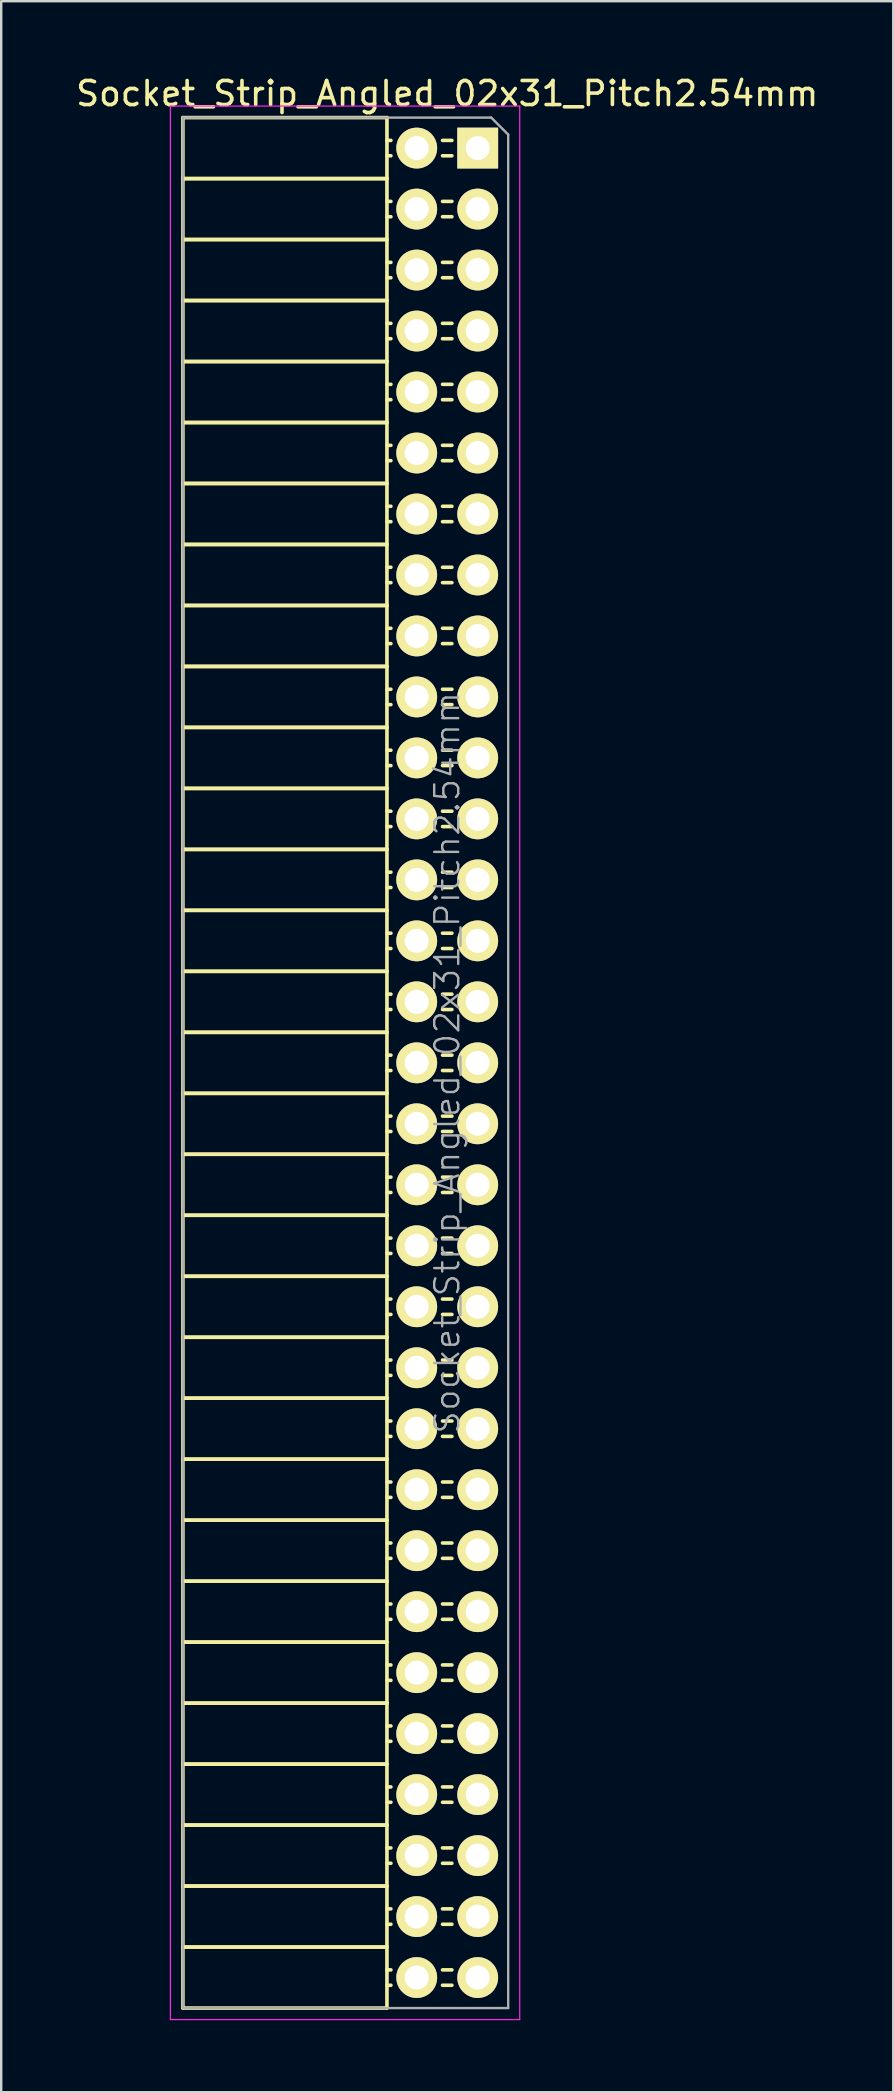
<source format=kicad_pcb>
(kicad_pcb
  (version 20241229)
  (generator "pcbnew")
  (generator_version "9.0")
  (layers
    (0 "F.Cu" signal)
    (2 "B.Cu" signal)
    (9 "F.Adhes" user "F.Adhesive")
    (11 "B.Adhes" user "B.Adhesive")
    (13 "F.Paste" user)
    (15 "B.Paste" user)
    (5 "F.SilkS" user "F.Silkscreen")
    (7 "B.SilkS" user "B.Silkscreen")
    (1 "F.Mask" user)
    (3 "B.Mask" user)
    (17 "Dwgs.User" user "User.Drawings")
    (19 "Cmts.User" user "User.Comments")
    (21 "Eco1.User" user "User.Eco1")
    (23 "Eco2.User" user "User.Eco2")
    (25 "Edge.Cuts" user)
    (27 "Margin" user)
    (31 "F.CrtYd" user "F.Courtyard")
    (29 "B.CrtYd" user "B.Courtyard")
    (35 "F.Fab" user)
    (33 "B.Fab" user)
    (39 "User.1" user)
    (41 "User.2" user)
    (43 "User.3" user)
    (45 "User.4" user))
  (footprint "Socket_Strip_Angled_02x31_Pitch2.54mm"
    (layer "F.Cu")
    (at 16.847 3.118)
    (property "Reference" "Socket_Strip_Angled_02x31_Pitch2.54mm" (at -1.27 -2.27 0) (layer "F.SilkS") (effects (font (size 1 1) (thickness 0.15))))
    (attr smd)
    (fp_line (start -12.28 -1.27) (end -12.28 1.27) (stroke (width 0.15) (type solid)) (layer "F.SilkS"))
    (fp_line (start -12.28 -1.27) (end -3.78 -1.27) (stroke (width 0.15) (type solid)) (layer "F.SilkS"))
    (fp_line (start -12.28 1.27) (end -12.28 3.81) (stroke (width 0.15) (type solid)) (layer "F.SilkS"))
    (fp_line (start -12.28 1.27) (end -3.78 1.27) (stroke (width 0.15) (type solid)) (layer "F.SilkS"))
    (fp_line (start -12.28 1.27) (end -3.78 1.27) (stroke (width 0.15) (type solid)) (layer "F.SilkS"))
    (fp_line (start -12.28 3.81) (end -12.28 6.35) (stroke (width 0.15) (type solid)) (layer "F.SilkS"))
    (fp_line (start -12.28 3.81) (end -3.78 3.81) (stroke (width 0.15) (type solid)) (layer "F.SilkS"))
    (fp_line (start -12.28 3.81) (end -3.78 3.81) (stroke (width 0.15) (type solid)) (layer "F.SilkS"))
    (fp_line (start -12.28 6.35) (end -12.28 8.89) (stroke (width 0.15) (type solid)) (layer "F.SilkS"))
    (fp_line (start -12.28 6.35) (end -3.78 6.35) (stroke (width 0.15) (type solid)) (layer "F.SilkS"))
    (fp_line (start -12.28 6.35) (end -3.78 6.35) (stroke (width 0.15) (type solid)) (layer "F.SilkS"))
    (fp_line (start -12.28 8.89) (end -12.28 11.43) (stroke (width 0.15) (type solid)) (layer "F.SilkS"))
    (fp_line (start -12.28 8.89) (end -3.78 8.89) (stroke (width 0.15) (type solid)) (layer "F.SilkS"))
    (fp_line (start -12.28 8.89) (end -3.78 8.89) (stroke (width 0.15) (type solid)) (layer "F.SilkS"))
    (fp_line (start -12.28 11.43) (end -12.28 13.97) (stroke (width 0.15) (type solid)) (layer "F.SilkS"))
    (fp_line (start -12.28 11.43) (end -3.78 11.43) (stroke (width 0.15) (type solid)) (layer "F.SilkS"))
    (fp_line (start -12.28 11.43) (end -3.78 11.43) (stroke (width 0.15) (type solid)) (layer "F.SilkS"))
    (fp_line (start -12.28 13.97) (end -12.28 16.51) (stroke (width 0.15) (type solid)) (layer "F.SilkS"))
    (fp_line (start -12.28 13.97) (end -3.78 13.97) (stroke (width 0.15) (type solid)) (layer "F.SilkS"))
    (fp_line (start -12.28 13.97) (end -3.78 13.97) (stroke (width 0.15) (type solid)) (layer "F.SilkS"))
    (fp_line (start -12.28 16.51) (end -12.28 19.05) (stroke (width 0.15) (type solid)) (layer "F.SilkS"))
    (fp_line (start -12.28 16.51) (end -3.78 16.51) (stroke (width 0.15) (type solid)) (layer "F.SilkS"))
    (fp_line (start -12.28 16.51) (end -3.78 16.51) (stroke (width 0.15) (type solid)) (layer "F.SilkS"))
    (fp_line (start -12.28 19.05) (end -12.28 21.59) (stroke (width 0.15) (type solid)) (layer "F.SilkS"))
    (fp_line (start -12.28 19.05) (end -3.78 19.05) (stroke (width 0.15) (type solid)) (layer "F.SilkS"))
    (fp_line (start -12.28 19.05) (end -3.78 19.05) (stroke (width 0.15) (type solid)) (layer "F.SilkS"))
    (fp_line (start -12.28 21.59) (end -12.28 24.13) (stroke (width 0.15) (type solid)) (layer "F.SilkS"))
    (fp_line (start -12.28 21.59) (end -3.78 21.59) (stroke (width 0.15) (type solid)) (layer "F.SilkS"))
    (fp_line (start -12.28 21.59) (end -3.78 21.59) (stroke (width 0.15) (type solid)) (layer "F.SilkS"))
    (fp_line (start -12.28 24.13) (end -12.28 26.67) (stroke (width 0.15) (type solid)) (layer "F.SilkS"))
    (fp_line (start -12.28 24.13) (end -3.78 24.13) (stroke (width 0.15) (type solid)) (layer "F.SilkS"))
    (fp_line (start -12.28 24.13) (end -3.78 24.13) (stroke (width 0.15) (type solid)) (layer "F.SilkS"))
    (fp_line (start -12.28 26.67) (end -12.28 29.21) (stroke (width 0.15) (type solid)) (layer "F.SilkS"))
    (fp_line (start -12.28 26.67) (end -3.78 26.67) (stroke (width 0.15) (type solid)) (layer "F.SilkS"))
    (fp_line (start -12.28 26.67) (end -3.78 26.67) (stroke (width 0.15) (type solid)) (layer "F.SilkS"))
    (fp_line (start -12.28 29.21) (end -12.28 31.75) (stroke (width 0.15) (type solid)) (layer "F.SilkS"))
    (fp_line (start -12.28 29.21) (end -3.78 29.21) (stroke (width 0.15) (type solid)) (layer "F.SilkS"))
    (fp_line (start -12.28 29.21) (end -3.78 29.21) (stroke (width 0.15) (type solid)) (layer "F.SilkS"))
    (fp_line (start -12.28 31.75) (end -12.28 34.29) (stroke (width 0.15) (type solid)) (layer "F.SilkS"))
    (fp_line (start -12.28 31.75) (end -3.78 31.75) (stroke (width 0.15) (type solid)) (layer "F.SilkS"))
    (fp_line (start -12.28 31.75) (end -3.78 31.75) (stroke (width 0.15) (type solid)) (layer "F.SilkS"))
    (fp_line (start -12.28 34.29) (end -12.28 36.83) (stroke (width 0.15) (type solid)) (layer "F.SilkS"))
    (fp_line (start -12.28 34.29) (end -3.78 34.29) (stroke (width 0.15) (type solid)) (layer "F.SilkS"))
    (fp_line (start -12.28 34.29) (end -3.78 34.29) (stroke (width 0.15) (type solid)) (layer "F.SilkS"))
    (fp_line (start -12.28 36.83) (end -12.28 39.37) (stroke (width 0.15) (type solid)) (layer "F.SilkS"))
    (fp_line (start -12.28 36.83) (end -3.78 36.83) (stroke (width 0.15) (type solid)) (layer "F.SilkS"))
    (fp_line (start -12.28 36.83) (end -3.78 36.83) (stroke (width 0.15) (type solid)) (layer "F.SilkS"))
    (fp_line (start -12.28 39.37) (end -12.28 41.91) (stroke (width 0.15) (type solid)) (layer "F.SilkS"))
    (fp_line (start -12.28 39.37) (end -3.78 39.37) (stroke (width 0.15) (type solid)) (layer "F.SilkS"))
    (fp_line (start -12.28 39.37) (end -3.78 39.37) (stroke (width 0.15) (type solid)) (layer "F.SilkS"))
    (fp_line (start -12.28 41.91) (end -12.28 44.45) (stroke (width 0.15) (type solid)) (layer "F.SilkS"))
    (fp_line (start -12.28 41.91) (end -3.78 41.91) (stroke (width 0.15) (type solid)) (layer "F.SilkS"))
    (fp_line (start -12.28 41.91) (end -3.78 41.91) (stroke (width 0.15) (type solid)) (layer "F.SilkS"))
    (fp_line (start -12.28 44.45) (end -12.28 46.99) (stroke (width 0.15) (type solid)) (layer "F.SilkS"))
    (fp_line (start -12.28 44.45) (end -3.78 44.45) (stroke (width 0.15) (type solid)) (layer "F.SilkS"))
    (fp_line (start -12.28 44.45) (end -3.78 44.45) (stroke (width 0.15) (type solid)) (layer "F.SilkS"))
    (fp_line (start -12.28 46.99) (end -12.28 49.53) (stroke (width 0.15) (type solid)) (layer "F.SilkS"))
    (fp_line (start -12.28 46.99) (end -3.78 46.99) (stroke (width 0.15) (type solid)) (layer "F.SilkS"))
    (fp_line (start -12.28 46.99) (end -3.78 46.99) (stroke (width 0.15) (type solid)) (layer "F.SilkS"))
    (fp_line (start -12.28 49.53) (end -12.28 52.07) (stroke (width 0.15) (type solid)) (layer "F.SilkS"))
    (fp_line (start -12.28 49.53) (end -3.78 49.53) (stroke (width 0.15) (type solid)) (layer "F.SilkS"))
    (fp_line (start -12.28 49.53) (end -3.78 49.53) (stroke (width 0.15) (type solid)) (layer "F.SilkS"))
    (fp_line (start -12.28 52.07) (end -12.28 54.61) (stroke (width 0.15) (type solid)) (layer "F.SilkS"))
    (fp_line (start -12.28 52.07) (end -3.78 52.07) (stroke (width 0.15) (type solid)) (layer "F.SilkS"))
    (fp_line (start -12.28 52.07) (end -3.78 52.07) (stroke (width 0.15) (type solid)) (layer "F.SilkS"))
    (fp_line (start -12.28 54.61) (end -12.28 57.15) (stroke (width 0.15) (type solid)) (layer "F.SilkS"))
    (fp_line (start -12.28 54.61) (end -3.78 54.61) (stroke (width 0.15) (type solid)) (layer "F.SilkS"))
    (fp_line (start -12.28 54.61) (end -3.78 54.61) (stroke (width 0.15) (type solid)) (layer "F.SilkS"))
    (fp_line (start -12.28 57.15) (end -12.28 59.69) (stroke (width 0.15) (type solid)) (layer "F.SilkS"))
    (fp_line (start -12.28 57.15) (end -3.78 57.15) (stroke (width 0.15) (type solid)) (layer "F.SilkS"))
    (fp_line (start -12.28 57.15) (end -3.78 57.15) (stroke (width 0.15) (type solid)) (layer "F.SilkS"))
    (fp_line (start -12.28 59.69) (end -12.28 62.23) (stroke (width 0.15) (type solid)) (layer "F.SilkS"))
    (fp_line (start -12.28 59.69) (end -3.78 59.69) (stroke (width 0.15) (type solid)) (layer "F.SilkS"))
    (fp_line (start -12.28 59.69) (end -3.78 59.69) (stroke (width 0.15) (type solid)) (layer "F.SilkS"))
    (fp_line (start -12.28 62.23) (end -12.28 64.77) (stroke (width 0.15) (type solid)) (layer "F.SilkS"))
    (fp_line (start -12.28 62.23) (end -3.78 62.23) (stroke (width 0.15) (type solid)) (layer "F.SilkS"))
    (fp_line (start -12.28 62.23) (end -3.78 62.23) (stroke (width 0.15) (type solid)) (layer "F.SilkS"))
    (fp_line (start -12.28 64.77) (end -12.28 67.31) (stroke (width 0.15) (type solid)) (layer "F.SilkS"))
    (fp_line (start -12.28 64.77) (end -3.78 64.77) (stroke (width 0.15) (type solid)) (layer "F.SilkS"))
    (fp_line (start -12.28 64.77) (end -3.78 64.77) (stroke (width 0.15) (type solid)) (layer "F.SilkS"))
    (fp_line (start -12.28 67.31) (end -12.28 69.85) (stroke (width 0.15) (type solid)) (layer "F.SilkS"))
    (fp_line (start -12.28 67.31) (end -3.78 67.31) (stroke (width 0.15) (type solid)) (layer "F.SilkS"))
    (fp_line (start -12.28 67.31) (end -3.78 67.31) (stroke (width 0.15) (type solid)) (layer "F.SilkS"))
    (fp_line (start -12.28 69.85) (end -12.28 72.39) (stroke (width 0.15) (type solid)) (layer "F.SilkS"))
    (fp_line (start -12.28 69.85) (end -3.78 69.85) (stroke (width 0.15) (type solid)) (layer "F.SilkS"))
    (fp_line (start -12.28 69.85) (end -3.78 69.85) (stroke (width 0.15) (type solid)) (layer "F.SilkS"))
    (fp_line (start -12.28 72.39) (end -12.28 74.93) (stroke (width 0.15) (type solid)) (layer "F.SilkS"))
    (fp_line (start -12.28 72.39) (end -3.78 72.39) (stroke (width 0.15) (type solid)) (layer "F.SilkS"))
    (fp_line (start -12.28 72.39) (end -3.78 72.39) (stroke (width 0.15) (type solid)) (layer "F.SilkS"))
    (fp_line (start -12.28 74.93) (end -12.28 77.47) (stroke (width 0.15) (type solid)) (layer "F.SilkS"))
    (fp_line (start -12.28 74.93) (end -3.78 74.93) (stroke (width 0.15) (type solid)) (layer "F.SilkS"))
    (fp_line (start -12.28 74.93) (end -3.78 74.93) (stroke (width 0.15) (type solid)) (layer "F.SilkS"))
    (fp_line (start -12.28 77.47) (end -3.78 77.47) (stroke (width 0.15) (type solid)) (layer "F.SilkS"))
    (fp_line (start -3.78 -1.27) (end -3.78 1.27) (stroke (width 0.15) (type solid)) (layer "F.SilkS"))
    (fp_line (start -3.78 -0.32) (end -3.615 -0.32) (stroke (width 0.15) (type solid)) (layer "F.SilkS"))
    (fp_line (start -3.78 0.32) (end -3.615 0.32) (stroke (width 0.15) (type solid)) (layer "F.SilkS"))
    (fp_line (start -3.78 1.27) (end -3.78 3.81) (stroke (width 0.15) (type solid)) (layer "F.SilkS"))
    (fp_line (start -3.78 2.22) (end -3.615 2.22) (stroke (width 0.15) (type solid)) (layer "F.SilkS"))
    (fp_line (start -3.78 2.86) (end -3.615 2.86) (stroke (width 0.15) (type solid)) (layer "F.SilkS"))
    (fp_line (start -3.78 3.81) (end -3.78 6.35) (stroke (width 0.15) (type solid)) (layer "F.SilkS"))
    (fp_line (start -3.78 4.76) (end -3.615 4.76) (stroke (width 0.15) (type solid)) (layer "F.SilkS"))
    (fp_line (start -3.78 5.4) (end -3.615 5.4) (stroke (width 0.15) (type solid)) (layer "F.SilkS"))
    (fp_line (start -3.78 6.35) (end -3.78 8.89) (stroke (width 0.15) (type solid)) (layer "F.SilkS"))
    (fp_line (start -3.78 7.3) (end -3.615 7.3) (stroke (width 0.15) (type solid)) (layer "F.SilkS"))
    (fp_line (start -3.78 7.94) (end -3.615 7.94) (stroke (width 0.15) (type solid)) (layer "F.SilkS"))
    (fp_line (start -3.78 8.89) (end -3.78 11.43) (stroke (width 0.15) (type solid)) (layer "F.SilkS"))
    (fp_line (start -3.78 9.84) (end -3.615 9.84) (stroke (width 0.15) (type solid)) (layer "F.SilkS"))
    (fp_line (start -3.78 10.48) (end -3.615 10.48) (stroke (width 0.15) (type solid)) (layer "F.SilkS"))
    (fp_line (start -3.78 11.43) (end -3.78 13.97) (stroke (width 0.15) (type solid)) (layer "F.SilkS"))
    (fp_line (start -3.78 12.38) (end -3.615 12.38) (stroke (width 0.15) (type solid)) (layer "F.SilkS"))
    (fp_line (start -3.78 13.02) (end -3.615 13.02) (stroke (width 0.15) (type solid)) (layer "F.SilkS"))
    (fp_line (start -3.78 13.97) (end -3.78 16.51) (stroke (width 0.15) (type solid)) (layer "F.SilkS"))
    (fp_line (start -3.78 14.92) (end -3.615 14.92) (stroke (width 0.15) (type solid)) (layer "F.SilkS"))
    (fp_line (start -3.78 15.56) (end -3.615 15.56) (stroke (width 0.15) (type solid)) (layer "F.SilkS"))
    (fp_line (start -3.78 16.51) (end -3.78 19.05) (stroke (width 0.15) (type solid)) (layer "F.SilkS"))
    (fp_line (start -3.78 17.46) (end -3.615 17.46) (stroke (width 0.15) (type solid)) (layer "F.SilkS"))
    (fp_line (start -3.78 18.1) (end -3.615 18.1) (stroke (width 0.15) (type solid)) (layer "F.SilkS"))
    (fp_line (start -3.78 19.05) (end -3.78 21.59) (stroke (width 0.15) (type solid)) (layer "F.SilkS"))
    (fp_line (start -3.78 20) (end -3.615 20) (stroke (width 0.15) (type solid)) (layer "F.SilkS"))
    (fp_line (start -3.78 20.64) (end -3.615 20.64) (stroke (width 0.15) (type solid)) (layer "F.SilkS"))
    (fp_line (start -3.78 21.59) (end -3.78 24.13) (stroke (width 0.15) (type solid)) (layer "F.SilkS"))
    (fp_line (start -3.78 22.54) (end -3.615 22.54) (stroke (width 0.15) (type solid)) (layer "F.SilkS"))
    (fp_line (start -3.78 23.18) (end -3.615 23.18) (stroke (width 0.15) (type solid)) (layer "F.SilkS"))
    (fp_line (start -3.78 24.13) (end -3.78 26.67) (stroke (width 0.15) (type solid)) (layer "F.SilkS"))
    (fp_line (start -3.78 25.08) (end -3.615 25.08) (stroke (width 0.15) (type solid)) (layer "F.SilkS"))
    (fp_line (start -3.78 25.72) (end -3.615 25.72) (stroke (width 0.15) (type solid)) (layer "F.SilkS"))
    (fp_line (start -3.78 26.67) (end -3.78 29.21) (stroke (width 0.15) (type solid)) (layer "F.SilkS"))
    (fp_line (start -3.78 27.62) (end -3.615 27.62) (stroke (width 0.15) (type solid)) (layer "F.SilkS"))
    (fp_line (start -3.78 28.26) (end -3.615 28.26) (stroke (width 0.15) (type solid)) (layer "F.SilkS"))
    (fp_line (start -3.78 29.21) (end -3.78 31.75) (stroke (width 0.15) (type solid)) (layer "F.SilkS"))
    (fp_line (start -3.78 30.16) (end -3.615 30.16) (stroke (width 0.15) (type solid)) (layer "F.SilkS"))
    (fp_line (start -3.78 30.8) (end -3.615 30.8) (stroke (width 0.15) (type solid)) (layer "F.SilkS"))
    (fp_line (start -3.78 31.75) (end -3.78 34.29) (stroke (width 0.15) (type solid)) (layer "F.SilkS"))
    (fp_line (start -3.78 32.7) (end -3.615 32.7) (stroke (width 0.15) (type solid)) (layer "F.SilkS"))
    (fp_line (start -3.78 33.34) (end -3.615 33.34) (stroke (width 0.15) (type solid)) (layer "F.SilkS"))
    (fp_line (start -3.78 34.29) (end -3.78 36.83) (stroke (width 0.15) (type solid)) (layer "F.SilkS"))
    (fp_line (start -3.78 35.24) (end -3.615 35.24) (stroke (width 0.15) (type solid)) (layer "F.SilkS"))
    (fp_line (start -3.78 35.88) (end -3.615 35.88) (stroke (width 0.15) (type solid)) (layer "F.SilkS"))
    (fp_line (start -3.78 36.83) (end -3.78 39.37) (stroke (width 0.15) (type solid)) (layer "F.SilkS"))
    (fp_line (start -3.78 37.78) (end -3.615 37.78) (stroke (width 0.15) (type solid)) (layer "F.SilkS"))
    (fp_line (start -3.78 38.42) (end -3.615 38.42) (stroke (width 0.15) (type solid)) (layer "F.SilkS"))
    (fp_line (start -3.78 39.37) (end -3.78 41.91) (stroke (width 0.15) (type solid)) (layer "F.SilkS"))
    (fp_line (start -3.78 40.32) (end -3.615 40.32) (stroke (width 0.15) (type solid)) (layer "F.SilkS"))
    (fp_line (start -3.78 40.96) (end -3.615 40.96) (stroke (width 0.15) (type solid)) (layer "F.SilkS"))
    (fp_line (start -3.78 41.91) (end -3.78 44.45) (stroke (width 0.15) (type solid)) (layer "F.SilkS"))
    (fp_line (start -3.78 42.86) (end -3.615 42.86) (stroke (width 0.15) (type solid)) (layer "F.SilkS"))
    (fp_line (start -3.78 43.5) (end -3.615 43.5) (stroke (width 0.15) (type solid)) (layer "F.SilkS"))
    (fp_line (start -3.78 44.45) (end -3.78 46.99) (stroke (width 0.15) (type solid)) (layer "F.SilkS"))
    (fp_line (start -3.78 45.4) (end -3.615 45.4) (stroke (width 0.15) (type solid)) (layer "F.SilkS"))
    (fp_line (start -3.78 46.04) (end -3.615 46.04) (stroke (width 0.15) (type solid)) (layer "F.SilkS"))
    (fp_line (start -3.78 46.99) (end -3.78 49.53) (stroke (width 0.15) (type solid)) (layer "F.SilkS"))
    (fp_line (start -3.78 47.94) (end -3.615 47.94) (stroke (width 0.15) (type solid)) (layer "F.SilkS"))
    (fp_line (start -3.78 48.58) (end -3.615 48.58) (stroke (width 0.15) (type solid)) (layer "F.SilkS"))
    (fp_line (start -3.78 49.53) (end -3.78 52.07) (stroke (width 0.15) (type solid)) (layer "F.SilkS"))
    (fp_line (start -3.78 50.48) (end -3.615 50.48) (stroke (width 0.15) (type solid)) (layer "F.SilkS"))
    (fp_line (start -3.78 51.12) (end -3.615 51.12) (stroke (width 0.15) (type solid)) (layer "F.SilkS"))
    (fp_line (start -3.78 52.07) (end -3.78 54.61) (stroke (width 0.15) (type solid)) (layer "F.SilkS"))
    (fp_line (start -3.78 53.02) (end -3.615 53.02) (stroke (width 0.15) (type solid)) (layer "F.SilkS"))
    (fp_line (start -3.78 53.66) (end -3.615 53.66) (stroke (width 0.15) (type solid)) (layer "F.SilkS"))
    (fp_line (start -3.78 54.61) (end -3.78 57.15) (stroke (width 0.15) (type solid)) (layer "F.SilkS"))
    (fp_line (start -3.78 55.56) (end -3.615 55.56) (stroke (width 0.15) (type solid)) (layer "F.SilkS"))
    (fp_line (start -3.78 56.2) (end -3.615 56.2) (stroke (width 0.15) (type solid)) (layer "F.SilkS"))
    (fp_line (start -3.78 57.15) (end -3.78 59.69) (stroke (width 0.15) (type solid)) (layer "F.SilkS"))
    (fp_line (start -3.78 58.1) (end -3.615 58.1) (stroke (width 0.15) (type solid)) (layer "F.SilkS"))
    (fp_line (start -3.78 58.74) (end -3.615 58.74) (stroke (width 0.15) (type solid)) (layer "F.SilkS"))
    (fp_line (start -3.78 59.69) (end -3.78 62.23) (stroke (width 0.15) (type solid)) (layer "F.SilkS"))
    (fp_line (start -3.78 60.64) (end -3.615 60.64) (stroke (width 0.15) (type solid)) (layer "F.SilkS"))
    (fp_line (start -3.78 61.28) (end -3.615 61.28) (stroke (width 0.15) (type solid)) (layer "F.SilkS"))
    (fp_line (start -3.78 62.23) (end -3.78 64.77) (stroke (width 0.15) (type solid)) (layer "F.SilkS"))
    (fp_line (start -3.78 63.18) (end -3.615 63.18) (stroke (width 0.15) (type solid)) (layer "F.SilkS"))
    (fp_line (start -3.78 63.82) (end -3.615 63.82) (stroke (width 0.15) (type solid)) (layer "F.SilkS"))
    (fp_line (start -3.78 64.77) (end -3.78 67.31) (stroke (width 0.15) (type solid)) (layer "F.SilkS"))
    (fp_line (start -3.78 65.72) (end -3.615 65.72) (stroke (width 0.15) (type solid)) (layer "F.SilkS"))
    (fp_line (start -3.78 66.36) (end -3.615 66.36) (stroke (width 0.15) (type solid)) (layer "F.SilkS"))
    (fp_line (start -3.78 67.31) (end -3.78 69.85) (stroke (width 0.15) (type solid)) (layer "F.SilkS"))
    (fp_line (start -3.78 68.26) (end -3.615 68.26) (stroke (width 0.15) (type solid)) (layer "F.SilkS"))
    (fp_line (start -3.78 68.9) (end -3.615 68.9) (stroke (width 0.15) (type solid)) (layer "F.SilkS"))
    (fp_line (start -3.78 69.85) (end -3.78 72.39) (stroke (width 0.15) (type solid)) (layer "F.SilkS"))
    (fp_line (start -3.78 70.8) (end -3.615 70.8) (stroke (width 0.15) (type solid)) (layer "F.SilkS"))
    (fp_line (start -3.78 71.44) (end -3.615 71.44) (stroke (width 0.15) (type solid)) (layer "F.SilkS"))
    (fp_line (start -3.78 72.39) (end -3.78 74.93) (stroke (width 0.15) (type solid)) (layer "F.SilkS"))
    (fp_line (start -3.78 73.34) (end -3.615 73.34) (stroke (width 0.15) (type solid)) (layer "F.SilkS"))
    (fp_line (start -3.78 73.98) (end -3.615 73.98) (stroke (width 0.15) (type solid)) (layer "F.SilkS"))
    (fp_line (start -3.78 74.93) (end -3.78 77.47) (stroke (width 0.15) (type solid)) (layer "F.SilkS"))
    (fp_line (start -3.78 75.88) (end -3.615 75.88) (stroke (width 0.15) (type solid)) (layer "F.SilkS"))
    (fp_line (start -3.78 76.52) (end -3.615 76.52) (stroke (width 0.15) (type solid)) (layer "F.SilkS"))
    (fp_line (start -1.075 -0.32) (end -1.465 -0.32) (stroke (width 0.15) (type solid)) (layer "F.SilkS"))
    (fp_line (start -1.075 0.32) (end -1.465 0.32) (stroke (width 0.15) (type solid)) (layer "F.SilkS"))
    (fp_line (start -1.075 2.22) (end -1.465 2.22) (stroke (width 0.15) (type solid)) (layer "F.SilkS"))
    (fp_line (start -1.075 2.86) (end -1.465 2.86) (stroke (width 0.15) (type solid)) (layer "F.SilkS"))
    (fp_line (start -1.075 4.76) (end -1.465 4.76) (stroke (width 0.15) (type solid)) (layer "F.SilkS"))
    (fp_line (start -1.075 5.4) (end -1.465 5.4) (stroke (width 0.15) (type solid)) (layer "F.SilkS"))
    (fp_line (start -1.075 7.3) (end -1.465 7.3) (stroke (width 0.15) (type solid)) (layer "F.SilkS"))
    (fp_line (start -1.075 7.94) (end -1.465 7.94) (stroke (width 0.15) (type solid)) (layer "F.SilkS"))
    (fp_line (start -1.075 9.84) (end -1.465 9.84) (stroke (width 0.15) (type solid)) (layer "F.SilkS"))
    (fp_line (start -1.075 10.48) (end -1.465 10.48) (stroke (width 0.15) (type solid)) (layer "F.SilkS"))
    (fp_line (start -1.075 12.38) (end -1.465 12.38) (stroke (width 0.15) (type solid)) (layer "F.SilkS"))
    (fp_line (start -1.075 13.02) (end -1.465 13.02) (stroke (width 0.15) (type solid)) (layer "F.SilkS"))
    (fp_line (start -1.075 14.92) (end -1.465 14.92) (stroke (width 0.15) (type solid)) (layer "F.SilkS"))
    (fp_line (start -1.075 15.56) (end -1.465 15.56) (stroke (width 0.15) (type solid)) (layer "F.SilkS"))
    (fp_line (start -1.075 17.46) (end -1.465 17.46) (stroke (width 0.15) (type solid)) (layer "F.SilkS"))
    (fp_line (start -1.075 18.1) (end -1.465 18.1) (stroke (width 0.15) (type solid)) (layer "F.SilkS"))
    (fp_line (start -1.075 20) (end -1.465 20) (stroke (width 0.15) (type solid)) (layer "F.SilkS"))
    (fp_line (start -1.075 20.64) (end -1.465 20.64) (stroke (width 0.15) (type solid)) (layer "F.SilkS"))
    (fp_line (start -1.075 22.54) (end -1.465 22.54) (stroke (width 0.15) (type solid)) (layer "F.SilkS"))
    (fp_line (start -1.075 23.18) (end -1.465 23.18) (stroke (width 0.15) (type solid)) (layer "F.SilkS"))
    (fp_line (start -1.075 25.08) (end -1.465 25.08) (stroke (width 0.15) (type solid)) (layer "F.SilkS"))
    (fp_line (start -1.075 25.72) (end -1.465 25.72) (stroke (width 0.15) (type solid)) (layer "F.SilkS"))
    (fp_line (start -1.075 27.62) (end -1.465 27.62) (stroke (width 0.15) (type solid)) (layer "F.SilkS"))
    (fp_line (start -1.075 28.26) (end -1.465 28.26) (stroke (width 0.15) (type solid)) (layer "F.SilkS"))
    (fp_line (start -1.075 30.16) (end -1.465 30.16) (stroke (width 0.15) (type solid)) (layer "F.SilkS"))
    (fp_line (start -1.075 30.8) (end -1.465 30.8) (stroke (width 0.15) (type solid)) (layer "F.SilkS"))
    (fp_line (start -1.075 32.7) (end -1.465 32.7) (stroke (width 0.15) (type solid)) (layer "F.SilkS"))
    (fp_line (start -1.075 33.34) (end -1.465 33.34) (stroke (width 0.15) (type solid)) (layer "F.SilkS"))
    (fp_line (start -1.075 35.24) (end -1.465 35.24) (stroke (width 0.15) (type solid)) (layer "F.SilkS"))
    (fp_line (start -1.075 35.88) (end -1.465 35.88) (stroke (width 0.15) (type solid)) (layer "F.SilkS"))
    (fp_line (start -1.075 37.78) (end -1.465 37.78) (stroke (width 0.15) (type solid)) (layer "F.SilkS"))
    (fp_line (start -1.075 38.42) (end -1.465 38.42) (stroke (width 0.15) (type solid)) (layer "F.SilkS"))
    (fp_line (start -1.075 40.32) (end -1.465 40.32) (stroke (width 0.15) (type solid)) (layer "F.SilkS"))
    (fp_line (start -1.075 40.96) (end -1.465 40.96) (stroke (width 0.15) (type solid)) (layer "F.SilkS"))
    (fp_line (start -1.075 42.86) (end -1.465 42.86) (stroke (width 0.15) (type solid)) (layer "F.SilkS"))
    (fp_line (start -1.075 43.5) (end -1.465 43.5) (stroke (width 0.15) (type solid)) (layer "F.SilkS"))
    (fp_line (start -1.075 45.4) (end -1.465 45.4) (stroke (width 0.15) (type solid)) (layer "F.SilkS"))
    (fp_line (start -1.075 46.04) (end -1.465 46.04) (stroke (width 0.15) (type solid)) (layer "F.SilkS"))
    (fp_line (start -1.075 47.94) (end -1.465 47.94) (stroke (width 0.15) (type solid)) (layer "F.SilkS"))
    (fp_line (start -1.075 48.58) (end -1.465 48.58) (stroke (width 0.15) (type solid)) (layer "F.SilkS"))
    (fp_line (start -1.075 50.48) (end -1.465 50.48) (stroke (width 0.15) (type solid)) (layer "F.SilkS"))
    (fp_line (start -1.075 51.12) (end -1.465 51.12) (stroke (width 0.15) (type solid)) (layer "F.SilkS"))
    (fp_line (start -1.075 53.02) (end -1.465 53.02) (stroke (width 0.15) (type solid)) (layer "F.SilkS"))
    (fp_line (start -1.075 53.66) (end -1.465 53.66) (stroke (width 0.15) (type solid)) (layer "F.SilkS"))
    (fp_line (start -1.075 55.56) (end -1.465 55.56) (stroke (width 0.15) (type solid)) (layer "F.SilkS"))
    (fp_line (start -1.075 56.2) (end -1.465 56.2) (stroke (width 0.15) (type solid)) (layer "F.SilkS"))
    (fp_line (start -1.075 58.1) (end -1.465 58.1) (stroke (width 0.15) (type solid)) (layer "F.SilkS"))
    (fp_line (start -1.075 58.74) (end -1.465 58.74) (stroke (width 0.15) (type solid)) (layer "F.SilkS"))
    (fp_line (start -1.075 60.64) (end -1.465 60.64) (stroke (width 0.15) (type solid)) (layer "F.SilkS"))
    (fp_line (start -1.075 61.28) (end -1.465 61.28) (stroke (width 0.15) (type solid)) (layer "F.SilkS"))
    (fp_line (start -1.075 63.18) (end -1.465 63.18) (stroke (width 0.15) (type solid)) (layer "F.SilkS"))
    (fp_line (start -1.075 63.82) (end -1.465 63.82) (stroke (width 0.15) (type solid)) (layer "F.SilkS"))
    (fp_line (start -1.075 65.72) (end -1.465 65.72) (stroke (width 0.15) (type solid)) (layer "F.SilkS"))
    (fp_line (start -1.075 66.36) (end -1.465 66.36) (stroke (width 0.15) (type solid)) (layer "F.SilkS"))
    (fp_line (start -1.075 68.26) (end -1.465 68.26) (stroke (width 0.15) (type solid)) (layer "F.SilkS"))
    (fp_line (start -1.075 68.9) (end -1.465 68.9) (stroke (width 0.15) (type solid)) (layer "F.SilkS"))
    (fp_line (start -1.075 70.8) (end -1.465 70.8) (stroke (width 0.15) (type solid)) (layer "F.SilkS"))
    (fp_line (start -1.075 71.44) (end -1.465 71.44) (stroke (width 0.15) (type solid)) (layer "F.SilkS"))
    (fp_line (start -1.075 73.34) (end -1.465 73.34) (stroke (width 0.15) (type solid)) (layer "F.SilkS"))
    (fp_line (start -1.075 73.98) (end -1.465 73.98) (stroke (width 0.15) (type solid)) (layer "F.SilkS"))
    (fp_line (start -1.075 75.88) (end -1.465 75.88) (stroke (width 0.15) (type solid)) (layer "F.SilkS"))
    (fp_line (start -1.075 76.52) (end -1.465 76.52) (stroke (width 0.15) (type solid)) (layer "F.SilkS"))
    (fp_line (start -12.8 -1.75) (end 1.75 -1.75) (stroke (width 0.05) (type solid)) (layer "F.CrtYd"))
    (fp_line (start -12.8 77.95) (end -12.8 -1.75) (stroke (width 0.05) (type solid)) (layer "F.CrtYd"))
    (fp_line (start -12.8 77.95) (end 1.75 77.95) (stroke (width 0.05) (type solid)) (layer "F.CrtYd"))
    (fp_line (start 1.75 77.95) (end 1.75 -1.75) (stroke (width 0.05) (type solid)) (layer "F.CrtYd"))
    (fp_line (start -12.28 -1.27) (end 0.563 -1.27) (stroke (width 0.1) (type solid)) (layer "F.Fab"))
    (fp_line (start -12.28 77.47) (end -12.28 -1.27) (stroke (width 0.1) (type solid)) (layer "F.Fab"))
    (fp_line (start -12.28 77.47) (end 1.27 77.47) (stroke (width 0.1) (type solid)) (layer "F.Fab"))
    (fp_line (start 1.27 -0.563) (end 0.563 -1.27) (stroke (width 0.1) (type solid)) (layer "F.Fab"))
    (fp_line (start 1.27 77.47) (end 1.27 -0.563) (stroke (width 0.1) (type solid)) (layer "F.Fab"))
    (fp_text user "${REFERENCE}" (at -1.27 38.1 90) (layer "F.Fab") (effects (font (size 1 1) (thickness 0.1))))
    (pad "1" thru_hole rect (at 0 0) (size 1.7 1.7) (drill 1) (layers "*.Cu" "*.Mask" "F.SilkS"))
    (pad "2" thru_hole oval (at -2.54 0) (size 1.7 1.7) (drill 1) (layers "*.Cu" "*.Mask" "F.SilkS"))
    (pad "3" thru_hole oval (at 0 2.54) (size 1.7 1.7) (drill 1) (layers "*.Cu" "*.Mask" "F.SilkS"))
    (pad "4" thru_hole oval (at -2.54 2.54) (size 1.7 1.7) (drill 1) (layers "*.Cu" "*.Mask" "F.SilkS"))
    (pad "5" thru_hole oval (at 0 5.08) (size 1.7 1.7) (drill 1) (layers "*.Cu" "*.Mask" "F.SilkS"))
    (pad "6" thru_hole oval (at -2.54 5.08) (size 1.7 1.7) (drill 1) (layers "*.Cu" "*.Mask" "F.SilkS"))
    (pad "7" thru_hole oval (at 0 7.62) (size 1.7 1.7) (drill 1) (layers "*.Cu" "*.Mask" "F.SilkS"))
    (pad "8" thru_hole oval (at -2.54 7.62) (size 1.7 1.7) (drill 1) (layers "*.Cu" "*.Mask" "F.SilkS"))
    (pad "9" thru_hole oval (at 0 10.16) (size 1.7 1.7) (drill 1) (layers "*.Cu" "*.Mask" "F.SilkS"))
    (pad "10" thru_hole oval (at -2.54 10.16) (size 1.7 1.7) (drill 1) (layers "*.Cu" "*.Mask" "F.SilkS"))
    (pad "11" thru_hole oval (at 0 12.7) (size 1.7 1.7) (drill 1) (layers "*.Cu" "*.Mask" "F.SilkS"))
    (pad "12" thru_hole oval (at -2.54 12.7) (size 1.7 1.7) (drill 1) (layers "*.Cu" "*.Mask" "F.SilkS"))
    (pad "13" thru_hole oval (at 0 15.24) (size 1.7 1.7) (drill 1) (layers "*.Cu" "*.Mask" "F.SilkS"))
    (pad "14" thru_hole oval (at -2.54 15.24) (size 1.7 1.7) (drill 1) (layers "*.Cu" "*.Mask" "F.SilkS"))
    (pad "15" thru_hole oval (at 0 17.78) (size 1.7 1.7) (drill 1) (layers "*.Cu" "*.Mask" "F.SilkS"))
    (pad "16" thru_hole oval (at -2.54 17.78) (size 1.7 1.7) (drill 1) (layers "*.Cu" "*.Mask" "F.SilkS"))
    (pad "17" thru_hole oval (at 0 20.32) (size 1.7 1.7) (drill 1) (layers "*.Cu" "*.Mask" "F.SilkS"))
    (pad "18" thru_hole oval (at -2.54 20.32) (size 1.7 1.7) (drill 1) (layers "*.Cu" "*.Mask" "F.SilkS"))
    (pad "19" thru_hole oval (at 0 22.86) (size 1.7 1.7) (drill 1) (layers "*.Cu" "*.Mask" "F.SilkS"))
    (pad "20" thru_hole oval (at -2.54 22.86) (size 1.7 1.7) (drill 1) (layers "*.Cu" "*.Mask" "F.SilkS"))
    (pad "21" thru_hole oval (at 0 25.4) (size 1.7 1.7) (drill 1) (layers "*.Cu" "*.Mask" "F.SilkS"))
    (pad "22" thru_hole oval (at -2.54 25.4) (size 1.7 1.7) (drill 1) (layers "*.Cu" "*.Mask" "F.SilkS"))
    (pad "23" thru_hole oval (at 0 27.94) (size 1.7 1.7) (drill 1) (layers "*.Cu" "*.Mask" "F.SilkS"))
    (pad "24" thru_hole oval (at -2.54 27.94) (size 1.7 1.7) (drill 1) (layers "*.Cu" "*.Mask" "F.SilkS"))
    (pad "25" thru_hole oval (at 0 30.48) (size 1.7 1.7) (drill 1) (layers "*.Cu" "*.Mask" "F.SilkS"))
    (pad "26" thru_hole oval (at -2.54 30.48) (size 1.7 1.7) (drill 1) (layers "*.Cu" "*.Mask" "F.SilkS"))
    (pad "27" thru_hole oval (at 0 33.02) (size 1.7 1.7) (drill 1) (layers "*.Cu" "*.Mask" "F.SilkS"))
    (pad "28" thru_hole oval (at -2.54 33.02) (size 1.7 1.7) (drill 1) (layers "*.Cu" "*.Mask" "F.SilkS"))
    (pad "29" thru_hole oval (at 0 35.56) (size 1.7 1.7) (drill 1) (layers "*.Cu" "*.Mask" "F.SilkS"))
    (pad "30" thru_hole oval (at -2.54 35.56) (size 1.7 1.7) (drill 1) (layers "*.Cu" "*.Mask" "F.SilkS"))
    (pad "31" thru_hole oval (at 0 38.1) (size 1.7 1.7) (drill 1) (layers "*.Cu" "*.Mask" "F.SilkS"))
    (pad "32" thru_hole oval (at -2.54 38.1) (size 1.7 1.7) (drill 1) (layers "*.Cu" "*.Mask" "F.SilkS"))
    (pad "33" thru_hole oval (at 0 40.64) (size 1.7 1.7) (drill 1) (layers "*.Cu" "*.Mask" "F.SilkS"))
    (pad "34" thru_hole oval (at -2.54 40.64) (size 1.7 1.7) (drill 1) (layers "*.Cu" "*.Mask" "F.SilkS"))
    (pad "35" thru_hole oval (at 0 43.18) (size 1.7 1.7) (drill 1) (layers "*.Cu" "*.Mask" "F.SilkS"))
    (pad "36" thru_hole oval (at -2.54 43.18) (size 1.7 1.7) (drill 1) (layers "*.Cu" "*.Mask" "F.SilkS"))
    (pad "37" thru_hole oval (at 0 45.72) (size 1.7 1.7) (drill 1) (layers "*.Cu" "*.Mask" "F.SilkS"))
    (pad "38" thru_hole oval (at -2.54 45.72) (size 1.7 1.7) (drill 1) (layers "*.Cu" "*.Mask" "F.SilkS"))
    (pad "39" thru_hole oval (at 0 48.26) (size 1.7 1.7) (drill 1) (layers "*.Cu" "*.Mask" "F.SilkS"))
    (pad "40" thru_hole oval (at -2.54 48.26) (size 1.7 1.7) (drill 1) (layers "*.Cu" "*.Mask" "F.SilkS"))
    (pad "41" thru_hole oval (at 0 50.8) (size 1.7 1.7) (drill 1) (layers "*.Cu" "*.Mask" "F.SilkS"))
    (pad "42" thru_hole oval (at -2.54 50.8) (size 1.7 1.7) (drill 1) (layers "*.Cu" "*.Mask" "F.SilkS"))
    (pad "43" thru_hole oval (at 0 53.34) (size 1.7 1.7) (drill 1) (layers "*.Cu" "*.Mask" "F.SilkS"))
    (pad "44" thru_hole oval (at -2.54 53.34) (size 1.7 1.7) (drill 1) (layers "*.Cu" "*.Mask" "F.SilkS"))
    (pad "45" thru_hole oval (at 0 55.88) (size 1.7 1.7) (drill 1) (layers "*.Cu" "*.Mask" "F.SilkS"))
    (pad "46" thru_hole oval (at -2.54 55.88) (size 1.7 1.7) (drill 1) (layers "*.Cu" "*.Mask" "F.SilkS"))
    (pad "47" thru_hole oval (at 0 58.42) (size 1.7 1.7) (drill 1) (layers "*.Cu" "*.Mask" "F.SilkS"))
    (pad "48" thru_hole oval (at -2.54 58.42) (size 1.7 1.7) (drill 1) (layers "*.Cu" "*.Mask" "F.SilkS"))
    (pad "49" thru_hole oval (at 0 60.96) (size 1.7 1.7) (drill 1) (layers "*.Cu" "*.Mask" "F.SilkS"))
    (pad "50" thru_hole oval (at -2.54 60.96) (size 1.7 1.7) (drill 1) (layers "*.Cu" "*.Mask" "F.SilkS"))
    (pad "51" thru_hole oval (at 0 63.5) (size 1.7 1.7) (drill 1) (layers "*.Cu" "*.Mask" "F.SilkS"))
    (pad "52" thru_hole oval (at -2.54 63.5) (size 1.7 1.7) (drill 1) (layers "*.Cu" "*.Mask" "F.SilkS"))
    (pad "53" thru_hole oval (at 0 66.04) (size 1.7 1.7) (drill 1) (layers "*.Cu" "*.Mask" "F.SilkS"))
    (pad "54" thru_hole oval (at -2.54 66.04) (size 1.7 1.7) (drill 1) (layers "*.Cu" "*.Mask" "F.SilkS"))
    (pad "55" thru_hole oval (at 0 68.58) (size 1.7 1.7) (drill 1) (layers "*.Cu" "*.Mask" "F.SilkS"))
    (pad "56" thru_hole oval (at -2.54 68.58) (size 1.7 1.7) (drill 1) (layers "*.Cu" "*.Mask" "F.SilkS"))
    (pad "57" thru_hole oval (at 0 71.12) (size 1.7 1.7) (drill 1) (layers "*.Cu" "*.Mask" "F.SilkS"))
    (pad "58" thru_hole oval (at -2.54 71.12) (size 1.7 1.7) (drill 1) (layers "*.Cu" "*.Mask" "F.SilkS"))
    (pad "59" thru_hole oval (at 0 73.66) (size 1.7 1.7) (drill 1) (layers "*.Cu" "*.Mask" "F.SilkS"))
    (pad "60" thru_hole oval (at -2.54 73.66) (size 1.7 1.7) (drill 1) (layers "*.Cu" "*.Mask" "F.SilkS"))
    (pad "61" thru_hole oval (at 0 76.2) (size 1.7 1.7) (drill 1) (layers "*.Cu" "*.Mask" "F.SilkS"))
    (pad "62" thru_hole oval (at -2.54 76.2) (size 1.7 1.7) (drill 1) (layers "*.Cu" "*.Mask" "F.SilkS")))
  (gr_rect
    (start -3 -3)
    (end 34.155 84.093)
    (stroke (width 0.1) (type default))
    (fill no)
    (layer "Edge.Cuts")))
</source>
